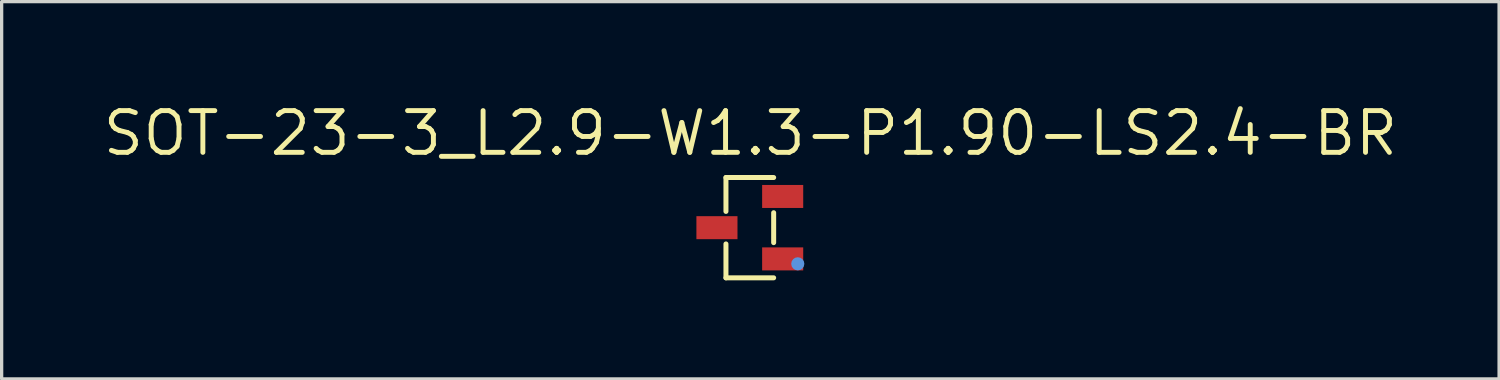
<source format=kicad_pcb>
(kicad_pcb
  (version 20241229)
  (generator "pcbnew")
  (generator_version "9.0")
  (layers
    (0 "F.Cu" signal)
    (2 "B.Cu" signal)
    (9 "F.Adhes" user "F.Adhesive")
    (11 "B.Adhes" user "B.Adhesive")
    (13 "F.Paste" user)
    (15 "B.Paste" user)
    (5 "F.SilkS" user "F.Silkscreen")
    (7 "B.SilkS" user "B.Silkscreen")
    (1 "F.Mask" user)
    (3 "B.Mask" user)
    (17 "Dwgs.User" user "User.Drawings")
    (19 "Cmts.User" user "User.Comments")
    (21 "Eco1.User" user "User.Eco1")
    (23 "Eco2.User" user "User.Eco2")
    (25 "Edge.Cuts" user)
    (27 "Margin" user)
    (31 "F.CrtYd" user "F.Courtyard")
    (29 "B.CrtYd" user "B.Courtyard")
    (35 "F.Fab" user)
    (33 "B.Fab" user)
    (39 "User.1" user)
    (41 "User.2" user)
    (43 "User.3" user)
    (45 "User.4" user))
  (footprint "SOT-23-3_L2.9-W1.3-P1.90-LS2.4-BR"
    (layer "F.Cu")
    (at 19.766 3.878)
    (property "Reference" "SOT-23-3_L2.9-W1.3-P1.90-LS2.4-BR" (at 0.018 -2.872 0) (layer "F.SilkS") (effects (font (size 1.27 1.27) (thickness 0.15))))
    (attr smd)
    (fp_line (start -0.726 -1.526) (end -0.726 -0.495) (stroke (width 0.152) (type solid)) (layer "F.SilkS"))
    (fp_line (start -0.726 1.526) (end -0.726 0.495) (stroke (width 0.152) (type solid)) (layer "F.SilkS"))
    (fp_line (start 0.726 -1.526) (end -0.726 -1.526) (stroke (width 0.152) (type solid)) (layer "F.SilkS"))
    (fp_line (start 0.726 -0.455) (end 0.726 0.455) (stroke (width 0.152) (type solid)) (layer "F.SilkS"))
    (fp_line (start 0.726 1.526) (end -0.726 1.526) (stroke (width 0.152) (type solid)) (layer "F.SilkS"))
    (fp_circle (center 1.46 1.1) (end 1.56 1.1) (stroke (width 0.2) (type solid)) (fill no) (layer "Cmts.User"))
    (fp_text user "" (at 0 0 0) (layer "Cmts.User") (effects (font (size 1 1) (thickness 0.15))))
    (pad "1" smd rect (at 1 0.95) (size 1.25 0.7) (layers "F.Cu" "F.Mask" "F.Paste"))
    (pad "2" smd rect (at 1 -0.95) (size 1.25 0.7) (layers "F.Cu" "F.Mask" "F.Paste"))
    (pad "3" smd rect (at -1 0) (size 1.25 0.7) (layers "F.Cu" "F.Mask" "F.Paste")))
  (gr_rect
    (start -3 -3)
    (end 42.566 8.48)
    (stroke (width 0.1) (type default))
    (fill no)
    (layer "Edge.Cuts")))
</source>
